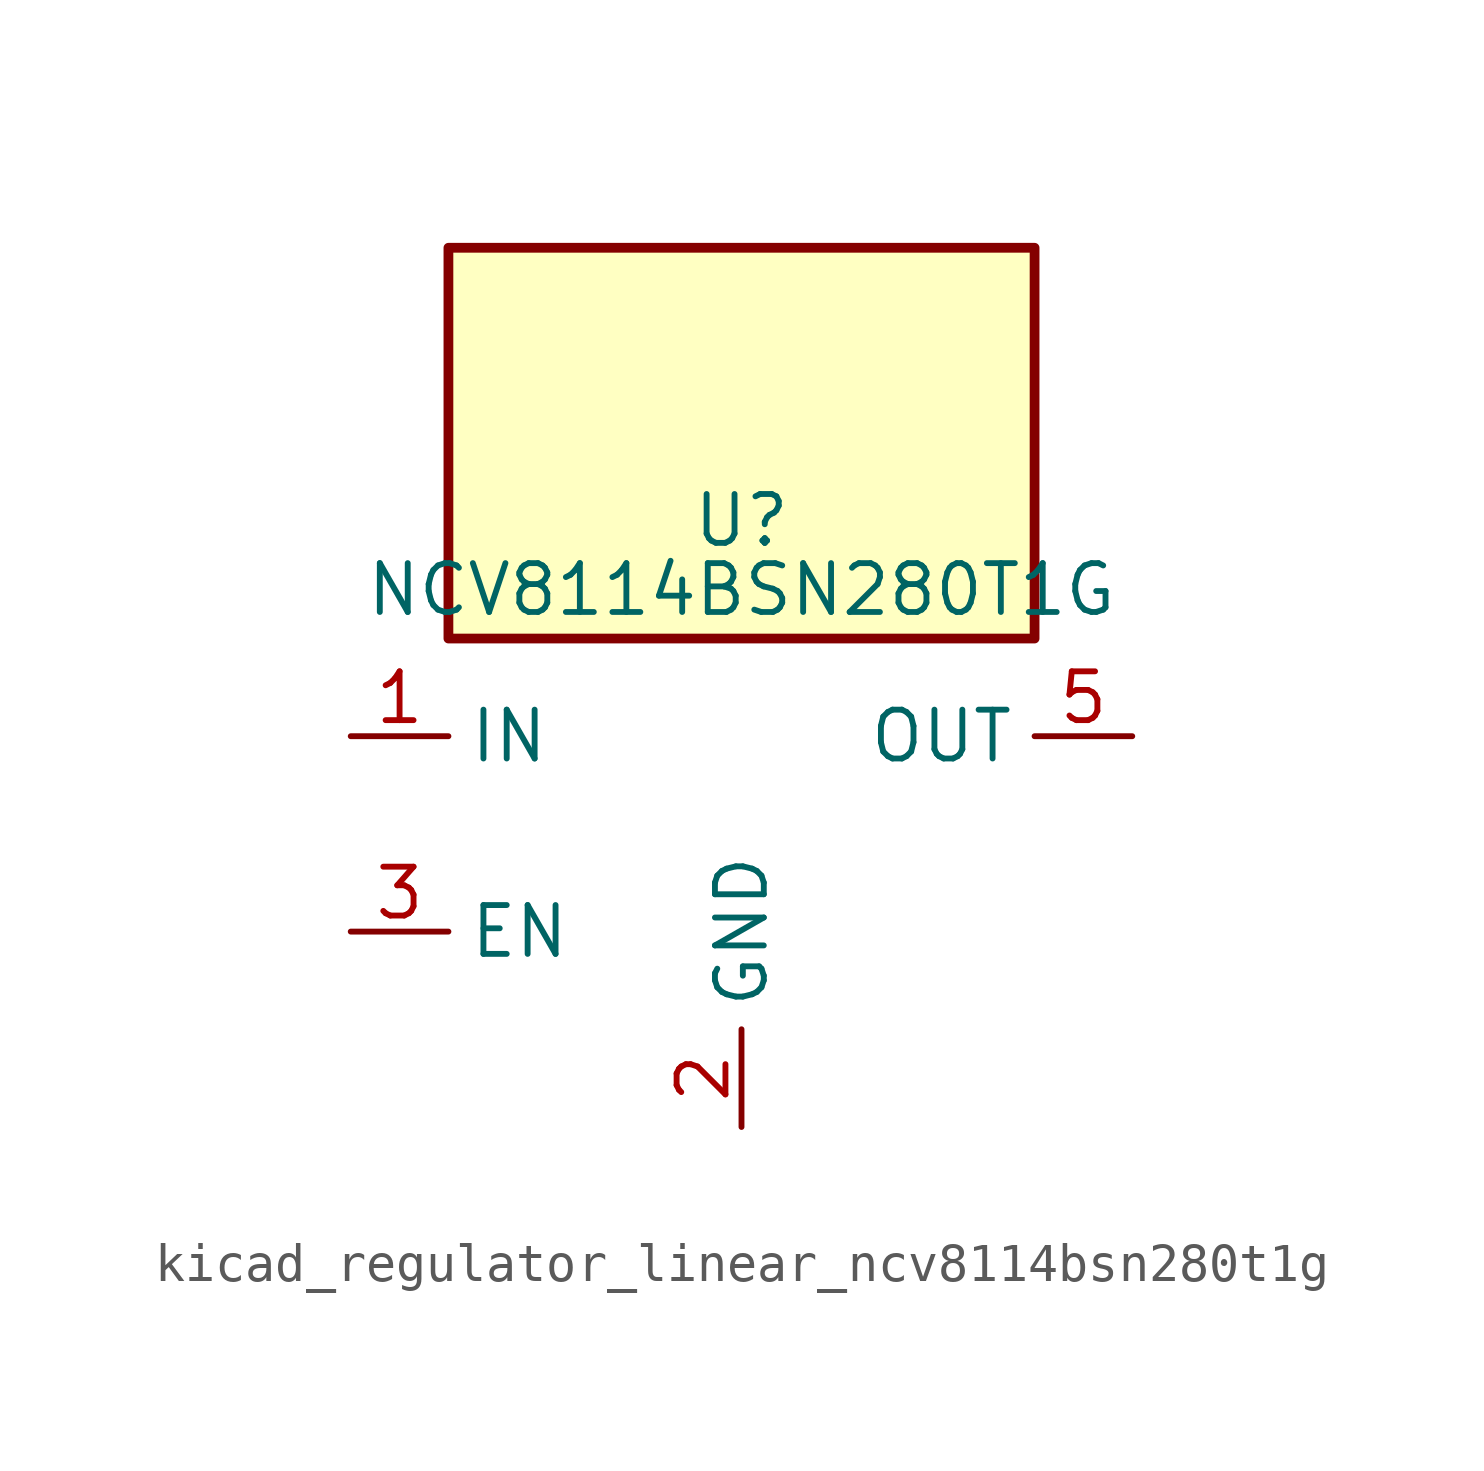
<source format=kicad_sym>
(kicad_symbol_lib
  (version 20220914)
  (generator kicad_symbol_editor)
  (symbol "kicad_regulator_linear_ncv8114bsn280t1g"
    (property "Reference" "U"
      (at 0 8.89 0)
      (effects (font (size 1.27 1.27)) (justify top)))
    (property "Value" "NCV8114BSN280T1G"
      (at 0 6.35 0)
      (effects (font (size 1.27 1.27))))
    (symbol "kicad_regulator_linear_ncv8114bsn280t1g_0_1"
      (rectangle (start 7.62 15.24) (end -7.62 5.08) (stroke (width 0.254) (type default)) (fill (type background))))
    (symbol "kicad_regulator_linear_ncv8114bsn280t1g_1_1"
      (pin power_in line (at -10.16 2.54 0) (length 2.54) (name "IN" (effects (font (size 1.27 1.27)))) (number "1" (effects (font (size 1.27 1.27)))))
      (pin power_in line (at 0 -7.62 90) (length 2.54) (name "GND" (effects (font (size 1.27 1.27)))) (number "2" (effects (font (size 1.27 1.27)))))
      (pin input line (at -10.16 -2.54 0) (length 2.54) (name "EN" (effects (font (size 1.27 1.27)))) (number "3" (effects (font (size 1.27 1.27)))))
      (pin no_connect line (at 7.62 -2.54 180) (length 2.54) hide (name "NC" (effects (font (size 1.27 1.27)))) (number "4" (effects (font (size 1.27 1.27)))))
      (pin power_out line (at 10.16 2.54 180) (length 2.54) (name "OUT" (effects (font (size 1.27 1.27)))) (number "5" (effects (font (size 1.27 1.27))))))))
</source>
